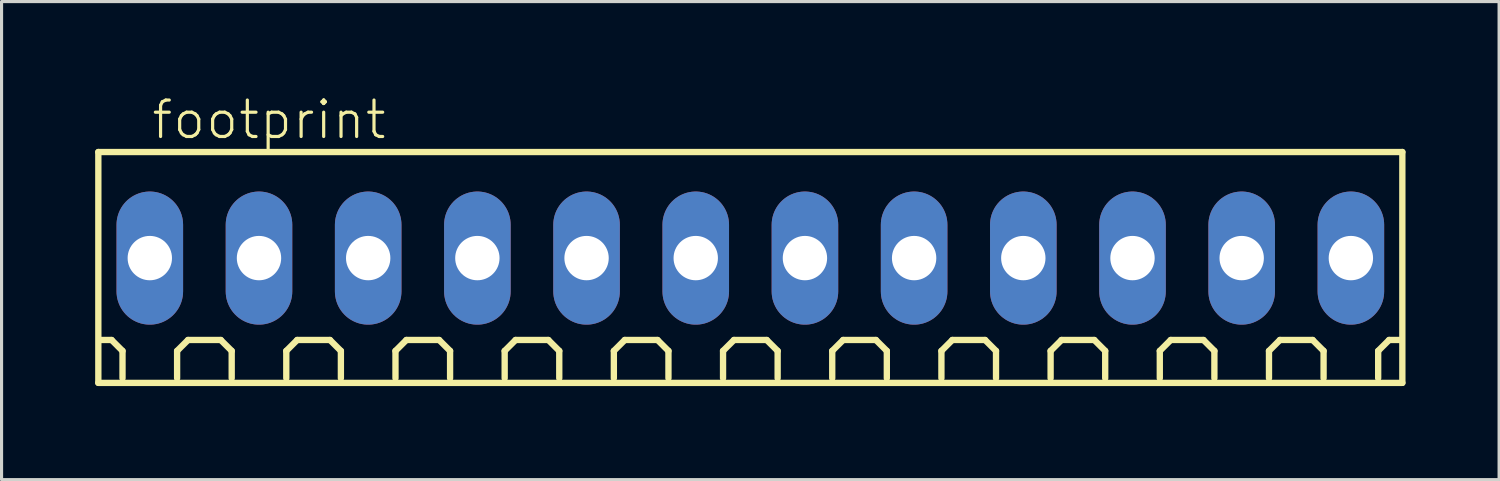
<source format=kicad_pcb>
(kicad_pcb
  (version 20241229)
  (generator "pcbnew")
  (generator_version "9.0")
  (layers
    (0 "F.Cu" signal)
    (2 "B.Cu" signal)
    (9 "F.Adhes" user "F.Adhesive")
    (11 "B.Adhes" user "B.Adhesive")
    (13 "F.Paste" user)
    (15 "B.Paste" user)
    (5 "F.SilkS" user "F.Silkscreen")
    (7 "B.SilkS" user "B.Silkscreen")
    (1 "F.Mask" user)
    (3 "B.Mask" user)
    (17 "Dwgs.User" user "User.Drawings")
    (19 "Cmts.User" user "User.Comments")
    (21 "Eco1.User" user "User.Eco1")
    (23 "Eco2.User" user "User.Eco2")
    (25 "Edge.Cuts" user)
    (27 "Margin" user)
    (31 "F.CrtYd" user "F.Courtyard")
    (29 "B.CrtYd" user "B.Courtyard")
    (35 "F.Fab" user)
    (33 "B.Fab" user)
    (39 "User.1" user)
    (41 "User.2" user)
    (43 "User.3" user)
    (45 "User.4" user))
  (footprint "footprint"
    (layer "F.Cu")
    (at 21.002 5.223)
    (property "Reference" "footprint" (at -19.25 -3.75 0) (layer "F.SilkS") (effects (font (size 1.168 1.168) (thickness 0.102)) (justify left bottom)))
    (fp_line (start -20.9 -3.4) (end 20.9 -3.4) (stroke (width 0.203) (type solid)) (layer "F.SilkS"))
    (fp_line (start -20.9 4) (end -20.9 -3.4) (stroke (width 0.203) (type solid)) (layer "F.SilkS"))
    (fp_line (start -20.475 2.625) (end -20.825 2.625) (stroke (width 0.203) (type solid)) (layer "F.SilkS"))
    (fp_line (start -20.125 2.975) (end -20.475 2.625) (stroke (width 0.203) (type solid)) (layer "F.SilkS"))
    (fp_line (start -20.125 3.85) (end -20.125 2.975) (stroke (width 0.203) (type solid)) (layer "F.SilkS"))
    (fp_line (start -18.375 2.975) (end -18.025 2.625) (stroke (width 0.203) (type solid)) (layer "F.SilkS"))
    (fp_line (start -18.375 3.85) (end -18.375 2.975) (stroke (width 0.203) (type solid)) (layer "F.SilkS"))
    (fp_line (start -18.025 2.625) (end -16.975 2.625) (stroke (width 0.203) (type solid)) (layer "F.SilkS"))
    (fp_line (start -16.975 2.625) (end -16.625 2.975) (stroke (width 0.203) (type solid)) (layer "F.SilkS"))
    (fp_line (start -16.625 2.975) (end -16.625 3.85) (stroke (width 0.203) (type solid)) (layer "F.SilkS"))
    (fp_line (start -14.875 2.975) (end -14.525 2.625) (stroke (width 0.203) (type solid)) (layer "F.SilkS"))
    (fp_line (start -14.875 3.85) (end -14.875 2.975) (stroke (width 0.203) (type solid)) (layer "F.SilkS"))
    (fp_line (start -14.525 2.625) (end -13.475 2.625) (stroke (width 0.203) (type solid)) (layer "F.SilkS"))
    (fp_line (start -13.475 2.625) (end -13.125 2.975) (stroke (width 0.203) (type solid)) (layer "F.SilkS"))
    (fp_line (start -13.125 2.975) (end -13.125 3.85) (stroke (width 0.203) (type solid)) (layer "F.SilkS"))
    (fp_line (start -11.375 2.975) (end -11.025 2.625) (stroke (width 0.203) (type solid)) (layer "F.SilkS"))
    (fp_line (start -11.375 3.85) (end -11.375 2.975) (stroke (width 0.203) (type solid)) (layer "F.SilkS"))
    (fp_line (start -11.025 2.625) (end -9.975 2.625) (stroke (width 0.203) (type solid)) (layer "F.SilkS"))
    (fp_line (start -9.975 2.625) (end -9.625 2.975) (stroke (width 0.203) (type solid)) (layer "F.SilkS"))
    (fp_line (start -9.625 2.975) (end -9.625 3.85) (stroke (width 0.203) (type solid)) (layer "F.SilkS"))
    (fp_line (start -7.875 2.975) (end -7.525 2.625) (stroke (width 0.203) (type solid)) (layer "F.SilkS"))
    (fp_line (start -7.875 3.85) (end -7.875 2.975) (stroke (width 0.203) (type solid)) (layer "F.SilkS"))
    (fp_line (start -7.525 2.625) (end -6.475 2.625) (stroke (width 0.203) (type solid)) (layer "F.SilkS"))
    (fp_line (start -6.475 2.625) (end -6.125 2.975) (stroke (width 0.203) (type solid)) (layer "F.SilkS"))
    (fp_line (start -6.125 2.975) (end -6.125 3.85) (stroke (width 0.203) (type solid)) (layer "F.SilkS"))
    (fp_line (start -4.375 2.975) (end -4.025 2.625) (stroke (width 0.203) (type solid)) (layer "F.SilkS"))
    (fp_line (start -4.375 3.85) (end -4.375 2.975) (stroke (width 0.203) (type solid)) (layer "F.SilkS"))
    (fp_line (start -4.025 2.625) (end -2.975 2.625) (stroke (width 0.203) (type solid)) (layer "F.SilkS"))
    (fp_line (start -2.975 2.625) (end -2.625 2.975) (stroke (width 0.203) (type solid)) (layer "F.SilkS"))
    (fp_line (start -2.625 2.975) (end -2.625 3.85) (stroke (width 0.203) (type solid)) (layer "F.SilkS"))
    (fp_line (start -0.875 2.975) (end -0.525 2.625) (stroke (width 0.203) (type solid)) (layer "F.SilkS"))
    (fp_line (start -0.875 3.85) (end -0.875 2.975) (stroke (width 0.203) (type solid)) (layer "F.SilkS"))
    (fp_line (start -0.525 2.625) (end 0.525 2.625) (stroke (width 0.203) (type solid)) (layer "F.SilkS"))
    (fp_line (start 0.525 2.625) (end 0.875 2.975) (stroke (width 0.203) (type solid)) (layer "F.SilkS"))
    (fp_line (start 0.875 2.975) (end 0.875 3.85) (stroke (width 0.203) (type solid)) (layer "F.SilkS"))
    (fp_line (start 2.625 2.975) (end 2.975 2.625) (stroke (width 0.203) (type solid)) (layer "F.SilkS"))
    (fp_line (start 2.625 3.85) (end 2.625 2.975) (stroke (width 0.203) (type solid)) (layer "F.SilkS"))
    (fp_line (start 2.975 2.625) (end 4.025 2.625) (stroke (width 0.203) (type solid)) (layer "F.SilkS"))
    (fp_line (start 4.025 2.625) (end 4.375 2.975) (stroke (width 0.203) (type solid)) (layer "F.SilkS"))
    (fp_line (start 4.375 2.975) (end 4.375 3.85) (stroke (width 0.203) (type solid)) (layer "F.SilkS"))
    (fp_line (start 6.125 2.975) (end 6.475 2.625) (stroke (width 0.203) (type solid)) (layer "F.SilkS"))
    (fp_line (start 6.125 3.85) (end 6.125 2.975) (stroke (width 0.203) (type solid)) (layer "F.SilkS"))
    (fp_line (start 6.475 2.625) (end 7.525 2.625) (stroke (width 0.203) (type solid)) (layer "F.SilkS"))
    (fp_line (start 7.525 2.625) (end 7.875 2.975) (stroke (width 0.203) (type solid)) (layer "F.SilkS"))
    (fp_line (start 7.875 2.975) (end 7.875 3.85) (stroke (width 0.203) (type solid)) (layer "F.SilkS"))
    (fp_line (start 9.625 2.975) (end 9.975 2.625) (stroke (width 0.203) (type solid)) (layer "F.SilkS"))
    (fp_line (start 9.625 3.85) (end 9.625 2.975) (stroke (width 0.203) (type solid)) (layer "F.SilkS"))
    (fp_line (start 9.975 2.625) (end 11.025 2.625) (stroke (width 0.203) (type solid)) (layer "F.SilkS"))
    (fp_line (start 11.025 2.625) (end 11.375 2.975) (stroke (width 0.203) (type solid)) (layer "F.SilkS"))
    (fp_line (start 11.375 2.975) (end 11.375 3.85) (stroke (width 0.203) (type solid)) (layer "F.SilkS"))
    (fp_line (start 13.125 2.975) (end 13.475 2.625) (stroke (width 0.203) (type solid)) (layer "F.SilkS"))
    (fp_line (start 13.125 3.85) (end 13.125 2.975) (stroke (width 0.203) (type solid)) (layer "F.SilkS"))
    (fp_line (start 13.475 2.625) (end 14.525 2.625) (stroke (width 0.203) (type solid)) (layer "F.SilkS"))
    (fp_line (start 14.525 2.625) (end 14.875 2.975) (stroke (width 0.203) (type solid)) (layer "F.SilkS"))
    (fp_line (start 14.875 2.975) (end 14.875 3.85) (stroke (width 0.203) (type solid)) (layer "F.SilkS"))
    (fp_line (start 16.625 2.975) (end 16.975 2.625) (stroke (width 0.203) (type solid)) (layer "F.SilkS"))
    (fp_line (start 16.625 3.85) (end 16.625 2.975) (stroke (width 0.203) (type solid)) (layer "F.SilkS"))
    (fp_line (start 16.975 2.625) (end 18.025 2.625) (stroke (width 0.203) (type solid)) (layer "F.SilkS"))
    (fp_line (start 18.025 2.625) (end 18.375 2.975) (stroke (width 0.203) (type solid)) (layer "F.SilkS"))
    (fp_line (start 18.375 2.975) (end 18.375 3.85) (stroke (width 0.203) (type solid)) (layer "F.SilkS"))
    (fp_line (start 20.125 2.975) (end 20.475 2.625) (stroke (width 0.203) (type solid)) (layer "F.SilkS"))
    (fp_line (start 20.125 3.85) (end 20.125 2.975) (stroke (width 0.203) (type solid)) (layer "F.SilkS"))
    (fp_line (start 20.825 2.625) (end 20.475 2.625) (stroke (width 0.203) (type solid)) (layer "F.SilkS"))
    (fp_line (start 20.9 -3.4) (end 20.9 4) (stroke (width 0.203) (type solid)) (layer "F.SilkS"))
    (fp_line (start 20.9 4) (end -20.9 4) (stroke (width 0.203) (type solid)) (layer "F.SilkS"))
    (pad "1" thru_hole oval (at -19.25 0 90) (size 4.267 2.134) (drill 1.422) (layers "*.Cu" "*.Mask"))
    (pad "2" thru_hole oval (at -15.75 0 90) (size 4.267 2.134) (drill 1.422) (layers "*.Cu" "*.Mask"))
    (pad "3" thru_hole oval (at -12.25 0 90) (size 4.267 2.134) (drill 1.422) (layers "*.Cu" "*.Mask"))
    (pad "4" thru_hole oval (at -8.75 0 90) (size 4.267 2.134) (drill 1.422) (layers "*.Cu" "*.Mask"))
    (pad "5" thru_hole oval (at -5.25 0 90) (size 4.267 2.134) (drill 1.422) (layers "*.Cu" "*.Mask"))
    (pad "6" thru_hole oval (at -1.75 0 90) (size 4.267 2.134) (drill 1.422) (layers "*.Cu" "*.Mask"))
    (pad "7" thru_hole oval (at 1.75 0 90) (size 4.267 2.134) (drill 1.422) (layers "*.Cu" "*.Mask"))
    (pad "8" thru_hole oval (at 5.25 0 90) (size 4.267 2.134) (drill 1.422) (layers "*.Cu" "*.Mask"))
    (pad "9" thru_hole oval (at 8.75 0 90) (size 4.267 2.134) (drill 1.422) (layers "*.Cu" "*.Mask"))
    (pad "10" thru_hole oval (at 12.25 0 90) (size 4.267 2.134) (drill 1.422) (layers "*.Cu" "*.Mask"))
    (pad "11" thru_hole oval (at 15.75 0 90) (size 4.267 2.134) (drill 1.422) (layers "*.Cu" "*.Mask"))
    (pad "12" thru_hole oval (at 19.25 0 90) (size 4.267 2.134) (drill 1.422) (layers "*.Cu" "*.Mask")))
  (gr_rect
    (start -3 -3)
    (end 45.003 12.325)
    (stroke (width 0.1) (type default))
    (fill no)
    (layer "Edge.Cuts")))
</source>
